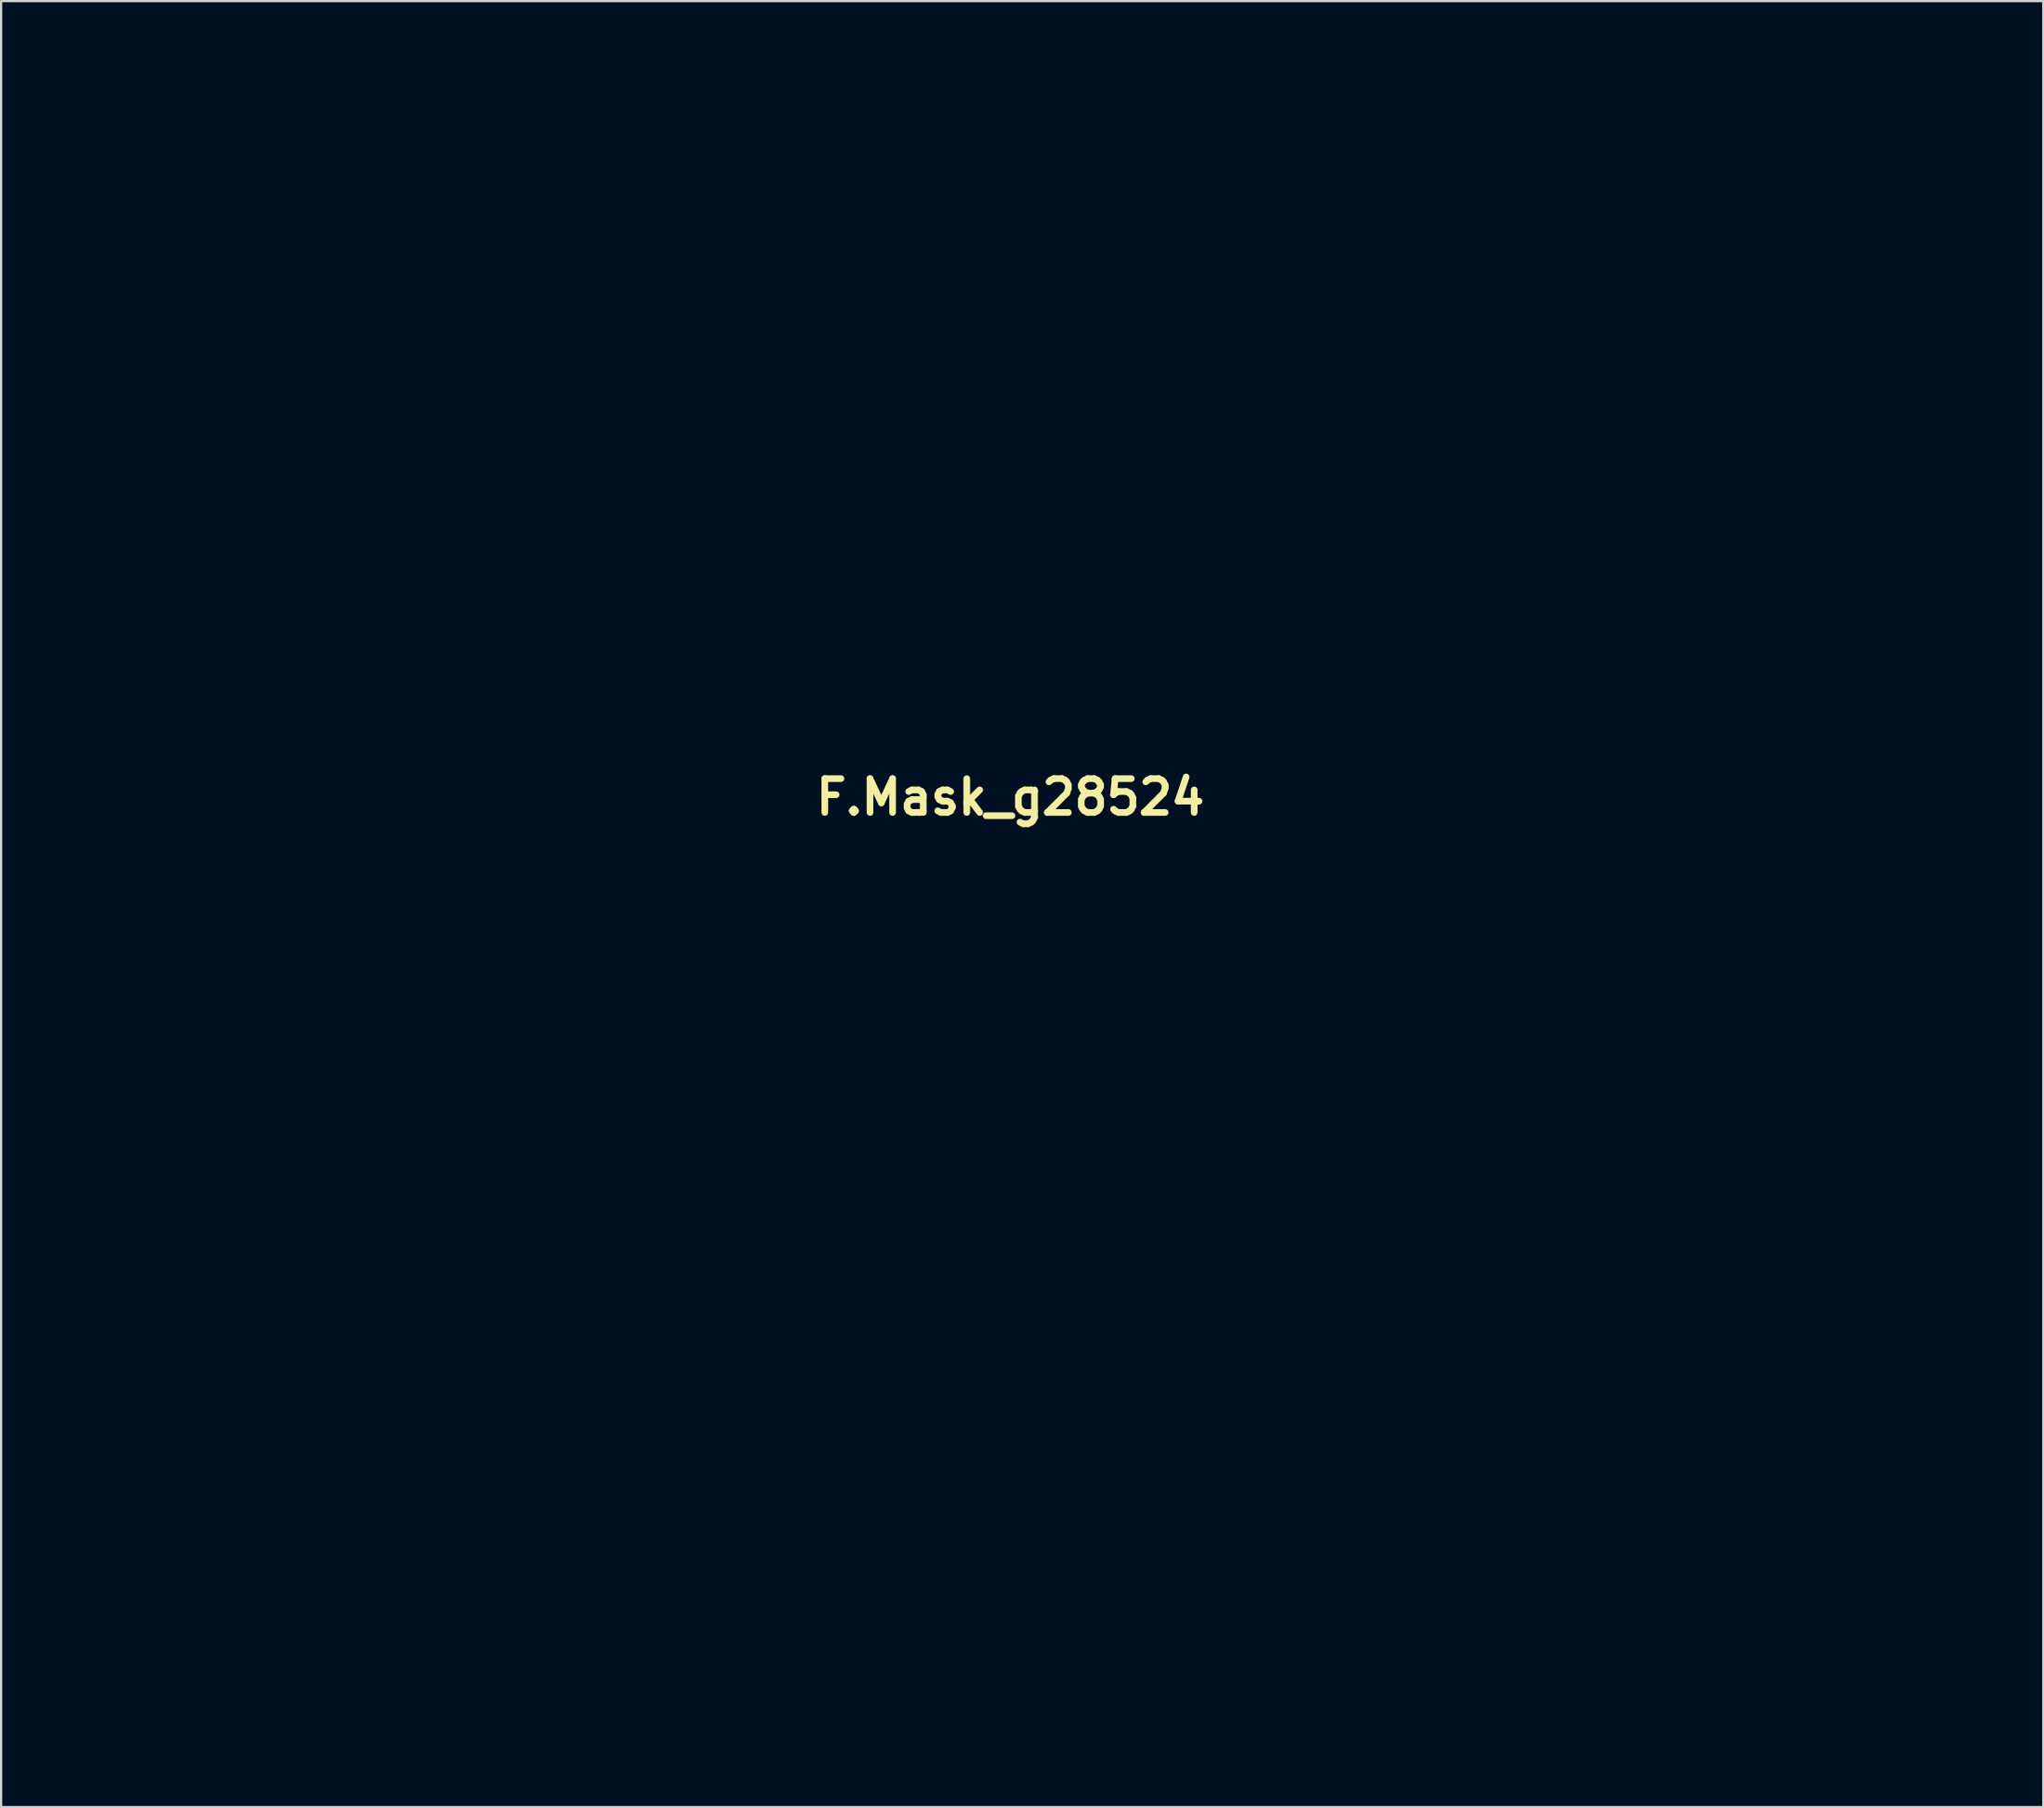
<source format=kicad_pcb>
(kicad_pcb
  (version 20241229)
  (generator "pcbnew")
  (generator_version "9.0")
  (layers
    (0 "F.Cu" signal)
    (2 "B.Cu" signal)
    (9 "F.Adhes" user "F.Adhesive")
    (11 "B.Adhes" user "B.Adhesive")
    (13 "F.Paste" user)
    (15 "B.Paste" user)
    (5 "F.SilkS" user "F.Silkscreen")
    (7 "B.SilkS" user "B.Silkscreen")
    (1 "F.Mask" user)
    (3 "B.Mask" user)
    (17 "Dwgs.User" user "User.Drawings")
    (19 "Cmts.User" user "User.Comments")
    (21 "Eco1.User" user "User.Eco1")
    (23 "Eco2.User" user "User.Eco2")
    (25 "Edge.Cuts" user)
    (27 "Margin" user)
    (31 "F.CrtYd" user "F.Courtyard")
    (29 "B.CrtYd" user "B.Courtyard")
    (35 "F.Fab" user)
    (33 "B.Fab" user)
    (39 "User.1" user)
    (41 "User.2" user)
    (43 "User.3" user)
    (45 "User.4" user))
  (footprint "F.Mask_g28524"
    (layer "F.Cu")
    (at 42.411 32.834)
    (property "Reference" "F.Mask_g28524" (at 0 0 0) (layer "F.SilkS") (effects (font (size 1.524 1.524) (thickness 0.3))))
    (attr through_hole)
    (fp_poly (pts (xy 40.063 12.781) (xy 40.375 12.859) (xy 40.673 12.976) (xy 40.89 13.092) (xy 41.205 13.301) (xy 41.485 13.535) (xy 41.73 13.794) (xy 41.942 14.078) (xy 42.121 14.387) (xy 42.266 14.723) (xy 42.303 14.828) (xy 42.376 15.066) (xy 42.434 15.303) (xy 42.477 15.548) (xy 42.509 15.811) (xy 42.53 16.1) (xy 42.538 16.32) (xy 42.539 16.75) (xy 42.517 17.198) (xy 42.473 17.667) (xy 42.405 18.158) (xy 42.313 18.676) (xy 42.198 19.22) (xy 42.058 19.796) (xy 41.955 20.182) (xy 41.871 20.481) (xy 41.792 20.747) (xy 41.714 20.988) (xy 41.634 21.214) (xy 41.549 21.432) (xy 41.456 21.652) (xy 41.351 21.881) (xy 41.231 22.129) (xy 41.221 22.151) (xy 40.989 22.599) (xy 40.728 23.063) (xy 40.444 23.535) (xy 40.14 24.007) (xy 39.824 24.472) (xy 39.499 24.92) (xy 39.172 25.344) (xy 38.988 25.569) (xy 38.857 25.725) (xy 38.706 25.9) (xy 38.538 26.093) (xy 38.354 26.302) (xy 38.156 26.524) (xy 37.946 26.757) (xy 37.726 27) (xy 37.498 27.251) (xy 37.263 27.507) (xy 37.024 27.767) (xy 36.783 28.028) (xy 36.54 28.289) (xy 36.299 28.548) (xy 36.061 28.802) (xy 35.827 29.05) (xy 35.6 29.29) (xy 35.382 29.519) (xy 35.174 29.736) (xy 34.979 29.939) (xy 34.797 30.125) (xy 34.632 30.293) (xy 34.484 30.441) (xy 34.357 30.566) (xy 34.25 30.667) (xy 34.168 30.742) (xy 34.11 30.788) (xy 34.089 30.802) (xy 33.999 30.823) (xy 33.947 30.818) (xy 33.907 30.81) (xy 33.873 30.797) (xy 33.839 30.775) (xy 33.8 30.739) (xy 33.75 30.684) (xy 33.685 30.605) (xy 33.602 30.501) (xy 33.421 30.267) (xy 33.221 30.001) (xy 33.007 29.705) (xy 32.78 29.384) (xy 32.544 29.042) (xy 32.301 28.682) (xy 32.265 28.628) (xy 32.046 28.293) (xy 31.854 27.986) (xy 31.686 27.7) (xy 31.542 27.432) (xy 31.419 27.178) (xy 31.316 26.931) (xy 31.232 26.688) (xy 31.164 26.444) (xy 31.111 26.194) (xy 31.071 25.934) (xy 31.043 25.659) (xy 31.024 25.365) (xy 31.017 25.157) (xy 31.014 24.987) (xy 31.014 24.783) (xy 31.016 24.553) (xy 31.021 24.305) (xy 31.028 24.046) (xy 31.037 23.785) (xy 31.048 23.529) (xy 31.06 23.287) (xy 31.073 23.067) (xy 31.074 23.05) (xy 31.103 22.707) (xy 31.141 22.392) (xy 31.192 22.093) (xy 31.257 21.798) (xy 31.338 21.494) (xy 31.371 21.384) (xy 31.589 20.719) (xy 31.836 20.066) (xy 32.109 19.427) (xy 32.407 18.805) (xy 32.729 18.202) (xy 33.074 17.62) (xy 33.44 17.059) (xy 33.825 16.523) (xy 34.228 16.013) (xy 34.647 15.532) (xy 35.082 15.081) (xy 35.53 14.661) (xy 35.991 14.276) (xy 36.462 13.927) (xy 36.942 13.615) (xy 37.43 13.344) (xy 37.458 13.329) (xy 37.877 13.134) (xy 38.279 12.977) (xy 38.666 12.859) (xy 39.038 12.781) (xy 39.394 12.742) (xy 39.736 12.742) (xy 40.063 12.781)) (stroke (width 0.01) (type solid)) (fill yes) (layer "F.Mask"))
    (fp_poly (pts (xy 39.836 -5.193) (xy 39.997 -5.185) (xy 40.138 -5.17) (xy 40.217 -5.156) (xy 40.532 -5.067) (xy 40.833 -4.938) (xy 41.116 -4.773) (xy 41.381 -4.571) (xy 41.624 -4.336) (xy 41.844 -4.067) (xy 41.995 -3.842) (xy 42.1 -3.65) (xy 42.204 -3.42) (xy 42.308 -3.153) (xy 42.411 -2.852) (xy 42.513 -2.52) (xy 42.612 -2.16) (xy 42.708 -1.775) (xy 42.801 -1.368) (xy 42.89 -0.942) (xy 42.975 -0.499) (xy 43.054 -0.042) (xy 43.128 0.425) (xy 43.195 0.9) (xy 43.256 1.38) (xy 43.309 1.862) (xy 43.354 2.343) (xy 43.391 2.821) (xy 43.412 3.175) (xy 43.426 3.438) (xy 43.438 3.662) (xy 43.448 3.851) (xy 43.456 4.009) (xy 43.462 4.139) (xy 43.467 4.245) (xy 43.471 4.331) (xy 43.474 4.4) (xy 43.475 4.455) (xy 43.476 4.501) (xy 43.476 4.541) (xy 43.476 4.542) (xy 43.476 4.692) (xy 42.889 5.156) (xy 42.417 5.528) (xy 41.976 5.875) (xy 41.565 6.198) (xy 41.182 6.499) (xy 40.825 6.779) (xy 40.492 7.039) (xy 40.181 7.281) (xy 39.891 7.506) (xy 39.621 7.716) (xy 39.367 7.912) (xy 39.129 8.094) (xy 38.905 8.265) (xy 38.693 8.427) (xy 38.491 8.579) (xy 38.298 8.724) (xy 38.185 8.809) (xy 37.788 9.102) (xy 37.422 9.367) (xy 37.086 9.606) (xy 36.779 9.818) (xy 36.5 10.004) (xy 36.248 10.166) (xy 36.023 10.302) (xy 35.822 10.415) (xy 35.646 10.504) (xy 35.494 10.57) (xy 35.456 10.584) (xy 35.338 10.624) (xy 35.189 10.668) (xy 35.021 10.714) (xy 34.846 10.758) (xy 34.675 10.799) (xy 34.52 10.832) (xy 34.438 10.847) (xy 34.323 10.863) (xy 34.18 10.876) (xy 34.021 10.885) (xy 33.857 10.891) (xy 33.699 10.892) (xy 33.557 10.889) (xy 33.443 10.882) (xy 33.414 10.878) (xy 33.086 10.814) (xy 32.78 10.714) (xy 32.493 10.578) (xy 32.222 10.405) (xy 31.966 10.192) (xy 31.827 10.053) (xy 31.598 9.783) (xy 31.394 9.479) (xy 31.217 9.145) (xy 31.066 8.782) (xy 30.943 8.391) (xy 30.848 7.975) (xy 30.816 7.785) (xy 30.797 7.627) (xy 30.782 7.438) (xy 30.772 7.226) (xy 30.767 7.004) (xy 30.766 6.78) (xy 30.771 6.566) (xy 30.781 6.371) (xy 30.794 6.223) (xy 30.856 5.707) (xy 30.922 5.227) (xy 30.994 4.778) (xy 31.072 4.353) (xy 31.158 3.947) (xy 31.253 3.555) (xy 31.359 3.169) (xy 31.476 2.785) (xy 31.57 2.5) (xy 31.764 1.971) (xy 31.985 1.445) (xy 32.228 0.93) (xy 32.49 0.433) (xy 32.766 -0.035) (xy 32.94 -0.303) (xy 33.221 -0.698) (xy 33.537 -1.102) (xy 33.885 -1.508) (xy 34.258 -1.914) (xy 34.653 -2.312) (xy 35.065 -2.699) (xy 35.489 -3.07) (xy 35.719 -3.259) (xy 36.102 -3.558) (xy 36.487 -3.838) (xy 36.869 -4.096) (xy 37.247 -4.331) (xy 37.616 -4.541) (xy 37.975 -4.726) (xy 38.319 -4.882) (xy 38.647 -5.01) (xy 38.956 -5.106) (xy 39.222 -5.167) (xy 39.346 -5.183) (xy 39.498 -5.193) (xy 39.666 -5.196) (xy 39.836 -5.193)) (stroke (width 0.01) (type solid)) (fill yes) (layer "F.Mask"))
    (fp_poly (pts (xy 28.734 -3.723) (xy 28.77 -3.68) (xy 28.795 -3.604) (xy 28.812 -3.51) (xy 28.818 -3.438) (xy 28.822 -3.329) (xy 28.825 -3.19) (xy 28.825 -3.025) (xy 28.824 -2.84) (xy 28.821 -2.642) (xy 28.817 -2.435) (xy 28.811 -2.226) (xy 28.803 -2.02) (xy 28.795 -1.823) (xy 28.785 -1.641) (xy 28.777 -1.513) (xy 28.734 -0.953) (xy 28.688 -0.429) (xy 28.637 0.062) (xy 28.58 0.526) (xy 28.517 0.968) (xy 28.446 1.392) (xy 28.367 1.805) (xy 28.278 2.209) (xy 28.179 2.612) (xy 28.069 3.018) (xy 27.946 3.431) (xy 27.81 3.857) (xy 27.663 4.292) (xy 27.477 4.806) (xy 27.271 5.33) (xy 27.049 5.858) (xy 26.815 6.381) (xy 26.572 6.893) (xy 26.324 7.385) (xy 26.073 7.85) (xy 25.833 8.266) (xy 25.575 8.681) (xy 25.294 9.102) (xy 24.995 9.525) (xy 24.68 9.947) (xy 24.353 10.363) (xy 24.016 10.772) (xy 23.673 11.168) (xy 23.326 11.549) (xy 22.979 11.911) (xy 22.635 12.251) (xy 22.297 12.565) (xy 21.968 12.85) (xy 21.651 13.101) (xy 21.445 13.251) (xy 21.156 13.435) (xy 20.857 13.592) (xy 20.555 13.719) (xy 20.258 13.812) (xy 20.066 13.854) (xy 19.976 13.866) (xy 19.852 13.876) (xy 19.7 13.885) (xy 19.53 13.891) (xy 19.347 13.896) (xy 19.16 13.899) (xy 18.977 13.899) (xy 18.805 13.897) (xy 18.652 13.893) (xy 18.526 13.885) (xy 18.521 13.885) (xy 18.321 13.867) (xy 18.157 13.847) (xy 18.02 13.823) (xy 17.903 13.794) (xy 17.8 13.757) (xy 17.702 13.71) (xy 17.603 13.651) (xy 17.561 13.624) (xy 17.338 13.45) (xy 17.131 13.239) (xy 16.942 12.991) (xy 16.772 12.709) (xy 16.62 12.394) (xy 16.489 12.046) (xy 16.377 11.668) (xy 16.286 11.26) (xy 16.217 10.825) (xy 16.202 10.7) (xy 16.171 10.321) (xy 16.157 9.912) (xy 16.16 9.483) (xy 16.18 9.042) (xy 16.216 8.598) (xy 16.268 8.159) (xy 16.334 7.734) (xy 16.415 7.332) (xy 16.448 7.195) (xy 16.518 6.927) (xy 16.597 6.66) (xy 16.688 6.389) (xy 16.791 6.11) (xy 16.909 5.817) (xy 17.045 5.504) (xy 17.199 5.166) (xy 17.375 4.798) (xy 17.376 4.794) (xy 17.738 4.089) (xy 18.119 3.419) (xy 18.521 2.785) (xy 18.947 2.184) (xy 19.396 1.615) (xy 19.871 1.075) (xy 20.373 0.564) (xy 20.904 0.079) (xy 21.465 -0.381) (xy 22.057 -0.817) (xy 22.682 -1.231) (xy 22.818 -1.316) (xy 23.064 -1.464) (xy 23.322 -1.614) (xy 23.584 -1.76) (xy 23.841 -1.898) (xy 24.086 -2.024) (xy 24.31 -2.134) (xy 24.464 -2.205) (xy 24.641 -2.282) (xy 24.843 -2.367) (xy 25.065 -2.458) (xy 25.304 -2.554) (xy 25.556 -2.654) (xy 25.819 -2.756) (xy 26.088 -2.86) (xy 26.36 -2.963) (xy 26.632 -3.066) (xy 26.901 -3.165) (xy 27.162 -3.261) (xy 27.413 -3.352) (xy 27.65 -3.436) (xy 27.87 -3.512) (xy 28.069 -3.58) (xy 28.243 -3.637) (xy 28.39 -3.683) (xy 28.506 -3.716) (xy 28.587 -3.735) (xy 28.609 -3.739) (xy 28.682 -3.741) (xy 28.734 -3.723)) (stroke (width 0.01) (type solid)) (fill yes) (layer "F.Mask"))
    (fp_poly (pts (xy 15.09 16.924) (xy 15.367 16.926) (xy 15.623 16.929) (xy 15.853 16.933) (xy 16.052 16.939) (xy 16.217 16.946) (xy 16.298 16.951) (xy 16.656 16.982) (xy 16.974 17.019) (xy 17.258 17.066) (xy 17.509 17.122) (xy 17.732 17.19) (xy 17.93 17.27) (xy 18.105 17.363) (xy 18.262 17.472) (xy 18.403 17.596) (xy 18.532 17.738) (xy 18.59 17.813) (xy 18.762 18.073) (xy 18.916 18.37) (xy 19.052 18.703) (xy 19.169 19.071) (xy 19.266 19.472) (xy 19.344 19.905) (xy 19.382 20.182) (xy 19.396 20.333) (xy 19.407 20.517) (xy 19.415 20.728) (xy 19.42 20.956) (xy 19.421 21.194) (xy 19.42 21.433) (xy 19.416 21.666) (xy 19.408 21.884) (xy 19.398 22.078) (xy 19.384 22.242) (xy 19.382 22.266) (xy 19.32 22.726) (xy 19.24 23.182) (xy 19.143 23.623) (xy 19.032 24.039) (xy 18.95 24.298) (xy 18.772 24.791) (xy 18.559 25.302) (xy 18.316 25.826) (xy 18.044 26.359) (xy 17.746 26.897) (xy 17.425 27.437) (xy 17.084 27.973) (xy 16.724 28.502) (xy 16.35 29.019) (xy 15.963 29.521) (xy 15.565 30.004) (xy 15.161 30.462) (xy 14.796 30.847) (xy 14.501 31.141) (xy 14.224 31.402) (xy 13.96 31.635) (xy 13.706 31.841) (xy 13.455 32.026) (xy 13.204 32.192) (xy 12.949 32.343) (xy 12.684 32.483) (xy 12.647 32.501) (xy 12.218 32.695) (xy 11.793 32.85) (xy 11.362 32.972) (xy 10.916 33.062) (xy 10.696 33.094) (xy 10.563 33.107) (xy 10.401 33.117) (xy 10.222 33.122) (xy 10.035 33.123) (xy 9.85 33.121) (xy 9.679 33.115) (xy 9.531 33.104) (xy 9.43 33.092) (xy 9.161 33.04) (xy 8.924 32.969) (xy 8.714 32.876) (xy 8.524 32.758) (xy 8.347 32.611) (xy 8.247 32.511) (xy 8.054 32.278) (xy 7.881 32.008) (xy 7.727 31.7) (xy 7.593 31.354) (xy 7.477 30.971) (xy 7.382 30.55) (xy 7.305 30.091) (xy 7.248 29.595) (xy 7.216 29.178) (xy 7.204 28.894) (xy 7.2 28.608) (xy 7.207 28.321) (xy 7.223 28.028) (xy 7.25 27.73) (xy 7.288 27.422) (xy 7.338 27.105) (xy 7.4 26.774) (xy 7.475 26.43) (xy 7.563 26.068) (xy 7.665 25.688) (xy 7.78 25.288) (xy 7.911 24.865) (xy 8.057 24.417) (xy 8.218 23.943) (xy 8.396 23.44) (xy 8.59 22.907) (xy 8.802 22.341) (xy 9.031 21.741) (xy 9.205 21.292) (xy 9.257 21.158) (xy 9.32 20.999) (xy 9.392 20.817) (xy 9.471 20.615) (xy 9.557 20.397) (xy 9.649 20.165) (xy 9.744 19.923) (xy 9.843 19.673) (xy 9.944 19.419) (xy 10.045 19.164) (xy 10.145 18.911) (xy 10.244 18.662) (xy 10.339 18.422) (xy 10.43 18.192) (xy 10.516 17.976) (xy 10.595 17.778) (xy 10.666 17.599) (xy 10.728 17.444) (xy 10.78 17.315) (xy 10.82 17.215) (xy 10.848 17.147) (xy 10.861 17.115) (xy 10.863 17.113) (xy 10.888 17.105) (xy 10.947 17.092) (xy 11.033 17.077) (xy 11.137 17.06) (xy 11.251 17.043) (xy 11.367 17.027) (xy 11.478 17.013) (xy 11.575 17.001) (xy 11.61 16.998) (xy 11.752 16.987) (xy 11.931 16.977) (xy 12.143 16.968) (xy 12.384 16.959) (xy 12.649 16.951) (xy 12.934 16.945) (xy 13.233 16.939) (xy 13.543 16.934) (xy 13.859 16.93) (xy 14.176 16.927) (xy 14.49 16.925) (xy 14.796 16.924) (xy 15.09 16.924)) (stroke (width 0.01) (type solid)) (fill yes) (layer "F.Mask"))
    (fp_poly (pts (xy -23.427 -32.816) (xy -23.399 -32.794) (xy -23.384 -32.774) (xy -23.375 -32.746) (xy -23.37 -32.701) (xy -23.371 -32.631) (xy -23.375 -32.53) (xy -23.377 -32.492) (xy -23.392 -32.261) (xy -23.412 -31.993) (xy -23.437 -31.693) (xy -23.466 -31.367) (xy -23.499 -31.018) (xy -23.536 -30.652) (xy -23.576 -30.273) (xy -23.617 -29.887) (xy -23.661 -29.498) (xy -23.706 -29.111) (xy -23.751 -28.731) (xy -23.797 -28.363) (xy -23.841 -28.012) (xy -23.885 -27.682) (xy -23.928 -27.379) (xy -23.968 -27.107) (xy -24.006 -26.872) (xy -24.015 -26.821) (xy -24.136 -26.188) (xy -24.279 -25.586) (xy -24.446 -25.005) (xy -24.639 -24.437) (xy -24.862 -23.874) (xy -25.117 -23.309) (xy -25.324 -22.892) (xy -25.527 -22.507) (xy -25.74 -22.125) (xy -25.962 -21.747) (xy -26.189 -21.376) (xy -26.421 -21.016) (xy -26.654 -20.669) (xy -26.888 -20.337) (xy -27.119 -20.025) (xy -27.346 -19.733) (xy -27.567 -19.466) (xy -27.78 -19.227) (xy -27.982 -19.017) (xy -28.172 -18.839) (xy -28.348 -18.697) (xy -28.381 -18.674) (xy -28.515 -18.589) (xy -28.632 -18.535) (xy -28.742 -18.508) (xy -28.854 -18.507) (xy -28.872 -18.509) (xy -28.952 -18.513) (xy -29.024 -18.505) (xy -29.093 -18.481) (xy -29.164 -18.437) (xy -29.241 -18.372) (xy -29.33 -18.28) (xy -29.433 -18.16) (xy -29.531 -18.039) (xy -29.6 -17.955) (xy -29.661 -17.883) (xy -29.709 -17.831) (xy -29.737 -17.804) (xy -29.742 -17.801) (xy -29.767 -17.81) (xy -29.823 -17.834) (xy -29.906 -17.871) (xy -30.008 -17.919) (xy -30.124 -17.973) (xy -30.148 -17.984) (xy -30.299 -18.055) (xy -30.419 -18.108) (xy -30.513 -18.144) (xy -30.585 -18.167) (xy -30.64 -18.177) (xy -30.644 -18.177) (xy -30.755 -18.187) (xy -30.909 -18.031) (xy -31.005 -17.928) (xy -31.099 -17.811) (xy -31.197 -17.675) (xy -31.3 -17.515) (xy -31.414 -17.326) (xy -31.517 -17.146) (xy -31.584 -17.027) (xy -31.651 -16.911) (xy -31.712 -16.808) (xy -31.762 -16.727) (xy -31.792 -16.681) (xy -31.914 -16.526) (xy -32.044 -16.41) (xy -32.19 -16.328) (xy -32.356 -16.275) (xy -32.455 -16.257) (xy -32.542 -16.249) (xy -32.661 -16.243) (xy -32.801 -16.24) (xy -32.953 -16.238) (xy -33.107 -16.239) (xy -33.251 -16.242) (xy -33.376 -16.248) (xy -33.472 -16.255) (xy -33.475 -16.256) (xy -33.67 -16.292) (xy -33.838 -16.355) (xy -33.987 -16.449) (xy -34.126 -16.579) (xy -34.188 -16.652) (xy -34.386 -16.923) (xy -34.557 -17.218) (xy -34.704 -17.539) (xy -34.826 -17.89) (xy -34.926 -18.273) (xy -34.986 -18.584) (xy -35.006 -18.707) (xy -35.023 -18.834) (xy -35.039 -18.97) (xy -35.053 -19.121) (xy -35.066 -19.293) (xy -35.079 -19.49) (xy -35.092 -19.719) (xy -35.104 -19.957) (xy -35.135 -20.578) (xy -34.643 -21.322) (xy -34.361 -21.743) (xy -34.089 -22.142) (xy -33.819 -22.526) (xy -33.548 -22.902) (xy -33.27 -23.276) (xy -32.98 -23.656) (xy -32.673 -24.049) (xy -32.344 -24.462) (xy -32.185 -24.659) (xy -31.768 -25.166) (xy -31.337 -25.675) (xy -30.897 -26.184) (xy -30.449 -26.688) (xy -29.997 -27.185) (xy -29.545 -27.67) (xy -29.096 -28.141) (xy -28.654 -28.593) (xy -28.221 -29.023) (xy -27.8 -29.429) (xy -27.396 -29.805) (xy -27.019 -30.142) (xy -26.768 -30.36) (xy -26.511 -30.579) (xy -26.25 -30.797) (xy -25.988 -31.013) (xy -25.726 -31.225) (xy -25.468 -31.431) (xy -25.215 -31.63) (xy -24.97 -31.82) (xy -24.735 -31.999) (xy -24.512 -32.165) (xy -24.304 -32.316) (xy -24.113 -32.452) (xy -23.941 -32.569) (xy -23.791 -32.667) (xy -23.664 -32.743) (xy -23.564 -32.797) (xy -23.493 -32.825) (xy -23.465 -32.83) (xy -23.427 -32.816)) (stroke (width 0.01) (type solid)) (fill yes) (layer "F.Mask"))
    (fp_poly (pts (xy 25.591 26.085) (xy 25.795 26.087) (xy 25.988 26.092) (xy 26.163 26.098) (xy 26.313 26.106) (xy 26.432 26.116) (xy 26.469 26.121) (xy 26.701 26.17) (xy 26.919 26.255) (xy 27.126 26.377) (xy 27.327 26.538) (xy 27.443 26.653) (xy 27.643 26.888) (xy 27.829 27.16) (xy 28 27.467) (xy 28.154 27.804) (xy 28.29 28.169) (xy 28.405 28.559) (xy 28.446 28.723) (xy 28.489 28.909) (xy 28.522 29.074) (xy 28.546 29.227) (xy 28.564 29.379) (xy 28.575 29.539) (xy 28.582 29.718) (xy 28.584 29.926) (xy 28.584 30.014) (xy 28.573 30.446) (xy 28.541 30.876) (xy 28.486 31.312) (xy 28.408 31.76) (xy 28.306 32.226) (xy 28.178 32.717) (xy 28.14 32.851) (xy 27.927 33.532) (xy 27.684 34.21) (xy 27.411 34.88) (xy 27.113 35.538) (xy 26.789 36.179) (xy 26.444 36.799) (xy 26.079 37.393) (xy 25.697 37.957) (xy 25.299 38.487) (xy 25.115 38.714) (xy 24.929 38.933) (xy 24.723 39.165) (xy 24.503 39.406) (xy 24.273 39.649) (xy 24.041 39.89) (xy 23.811 40.121) (xy 23.588 40.338) (xy 23.38 40.534) (xy 23.19 40.704) (xy 23.156 40.733) (xy 22.718 41.09) (xy 22.284 41.406) (xy 21.853 41.68) (xy 21.427 41.914) (xy 21.006 42.107) (xy 20.589 42.258) (xy 20.178 42.367) (xy 19.772 42.435) (xy 19.744 42.438) (xy 19.638 42.446) (xy 19.505 42.452) (xy 19.354 42.456) (xy 19.195 42.457) (xy 19.039 42.456) (xy 18.895 42.452) (xy 18.773 42.446) (xy 18.683 42.438) (xy 18.68 42.437) (xy 18.484 42.396) (xy 18.269 42.325) (xy 18.041 42.229) (xy 17.943 42.181) (xy 17.824 42.118) (xy 17.673 42.033) (xy 17.495 41.93) (xy 17.294 41.811) (xy 17.072 41.678) (xy 16.835 41.533) (xy 16.586 41.379) (xy 16.329 41.219) (xy 16.069 41.053) (xy 16.002 41.011) (xy 15.689 40.811) (xy 15.397 40.625) (xy 15.128 40.454) (xy 14.884 40.299) (xy 14.666 40.162) (xy 14.477 40.043) (xy 14.318 39.944) (xy 14.19 39.865) (xy 14.097 39.808) (xy 14.092 39.806) (xy 13.887 39.683) (xy 13.921 39.616) (xy 13.94 39.579) (xy 13.979 39.506) (xy 14.034 39.402) (xy 14.104 39.27) (xy 14.189 39.112) (xy 14.285 38.931) (xy 14.393 38.73) (xy 14.509 38.511) (xy 14.633 38.279) (xy 14.763 38.036) (xy 14.898 37.783) (xy 15.036 37.526) (xy 15.175 37.266) (xy 15.314 37.006) (xy 15.452 36.749) (xy 15.586 36.498) (xy 15.715 36.257) (xy 15.839 36.027) (xy 15.954 35.811) (xy 15.987 35.751) (xy 16.293 35.18) (xy 16.582 34.645) (xy 16.853 34.145) (xy 17.109 33.677) (xy 17.349 33.24) (xy 17.575 32.833) (xy 17.789 32.453) (xy 17.99 32.1) (xy 18.181 31.77) (xy 18.362 31.463) (xy 18.534 31.178) (xy 18.699 30.911) (xy 18.858 30.662) (xy 19.01 30.429) (xy 19.159 30.211) (xy 19.304 30.005) (xy 19.447 29.81) (xy 19.588 29.624) (xy 19.73 29.446) (xy 19.872 29.274) (xy 20.016 29.106) (xy 20.164 28.94) (xy 20.315 28.776) (xy 20.471 28.611) (xy 20.626 28.451) (xy 20.927 28.151) (xy 21.21 27.883) (xy 21.481 27.642) (xy 21.747 27.424) (xy 22.013 27.225) (xy 22.283 27.041) (xy 22.565 26.867) (xy 22.863 26.7) (xy 23.125 26.563) (xy 23.343 26.455) (xy 23.533 26.365) (xy 23.702 26.293) (xy 23.857 26.236) (xy 24.007 26.192) (xy 24.158 26.158) (xy 24.319 26.134) (xy 24.497 26.116) (xy 24.701 26.102) (xy 24.818 26.096) (xy 24.991 26.09) (xy 25.182 26.086) (xy 25.385 26.084) (xy 25.591 26.085)) (stroke (width 0.01) (type solid)) (fill yes) (layer "F.Mask"))
    (fp_poly (pts (xy -34.459 -12.569) (xy -34.361 -12.568) (xy -34.296 -12.566) (xy -34.269 -12.563) (xy -34.269 -12.562) (xy -34.279 -12.534) (xy -34.308 -12.471) (xy -34.354 -12.379) (xy -34.415 -12.259) (xy -34.49 -12.115) (xy -34.577 -11.951) (xy -34.674 -11.769) (xy -34.779 -11.573) (xy -34.892 -11.366) (xy -35.009 -11.151) (xy -35.129 -10.932) (xy -35.251 -10.711) (xy -35.311 -10.604) (xy -35.432 -10.387) (xy -35.559 -10.159) (xy -35.688 -9.927) (xy -35.816 -9.697) (xy -35.939 -9.477) (xy -36.053 -9.274) (xy -36.153 -9.094) (xy -36.231 -8.954) (xy -36.455 -8.551) (xy -36.658 -8.182) (xy -36.839 -7.848) (xy -37.001 -7.546) (xy -37.144 -7.275) (xy -37.267 -7.035) (xy -37.372 -6.822) (xy -37.46 -6.638) (xy -37.53 -6.479) (xy -37.585 -6.345) (xy -37.623 -6.235) (xy -37.647 -6.148) (xy -37.655 -6.081) (xy -37.656 -6.074) (xy -37.649 -6.02) (xy -37.626 -5.965) (xy -37.584 -5.904) (xy -37.518 -5.831) (xy -37.424 -5.743) (xy -37.332 -5.662) (xy -37.192 -5.537) (xy -37.083 -5.433) (xy -37.005 -5.345) (xy -36.954 -5.27) (xy -36.927 -5.205) (xy -36.922 -5.146) (xy -36.925 -5.123) (xy -36.945 -5.078) (xy -36.984 -5.016) (xy -37.03 -4.955) (xy -37.108 -4.839) (xy -37.151 -4.723) (xy -37.157 -4.607) (xy -37.126 -4.489) (xy -37.057 -4.366) (xy -36.95 -4.239) (xy -36.804 -4.104) (xy -36.617 -3.962) (xy -36.513 -3.889) (xy -36.317 -3.755) (xy -36.156 -3.64) (xy -36.027 -3.542) (xy -35.929 -3.458) (xy -35.859 -3.388) (xy -35.815 -3.328) (xy -35.795 -3.278) (xy -35.793 -3.259) (xy -35.803 -3.227) (xy -35.831 -3.161) (xy -35.875 -3.066) (xy -35.933 -2.945) (xy -36.004 -2.802) (xy -36.085 -2.641) (xy -36.175 -2.466) (xy -36.271 -2.28) (xy -36.372 -2.088) (xy -36.476 -1.893) (xy -36.58 -1.699) (xy -36.682 -1.511) (xy -36.692 -1.492) (xy -36.772 -1.346) (xy -36.847 -1.208) (xy -36.915 -1.083) (xy -36.971 -0.977) (xy -37.014 -0.896) (xy -37.04 -0.845) (xy -37.044 -0.835) (xy -37.072 -0.777) (xy -37.113 -0.697) (xy -37.161 -0.607) (xy -37.181 -0.57) (xy -37.299 -0.355) (xy -37.422 -0.129) (xy -37.545 0.103) (xy -37.666 0.335) (xy -37.783 0.561) (xy -37.892 0.775) (xy -37.991 0.973) (xy -38.077 1.149) (xy -38.147 1.297) (xy -38.181 1.373) (xy -38.255 1.499) (xy -38.366 1.633) (xy -38.511 1.772) (xy -38.685 1.915) (xy -38.887 2.058) (xy -39.111 2.2) (xy -39.354 2.339) (xy -39.613 2.472) (xy -39.883 2.597) (xy -40.161 2.712) (xy -40.444 2.814) (xy -40.682 2.889) (xy -40.898 2.947) (xy -41.113 2.998) (xy -41.321 3.04) (xy -41.519 3.073) (xy -41.7 3.095) (xy -41.859 3.106) (xy -41.991 3.107) (xy -42.092 3.095) (xy -42.134 3.081) (xy -42.2 3.042) (xy -42.253 2.982) (xy -42.297 2.897) (xy -42.333 2.783) (xy -42.363 2.635) (xy -42.38 2.519) (xy -42.386 2.453) (xy -42.391 2.349) (xy -42.396 2.212) (xy -42.399 2.048) (xy -42.402 1.86) (xy -42.404 1.653) (xy -42.405 1.433) (xy -42.406 1.204) (xy -42.406 0.97) (xy -42.405 0.737) (xy -42.403 0.51) (xy -42.401 0.292) (xy -42.398 0.089) (xy -42.394 -0.094) (xy -42.39 -0.253) (xy -42.384 -0.383) (xy -42.38 -0.455) (xy -42.361 -0.727) (xy -42.34 -0.997) (xy -42.318 -1.258) (xy -42.296 -1.506) (xy -42.275 -1.733) (xy -42.255 -1.933) (xy -42.236 -2.099) (xy -42.229 -2.16) (xy -42.175 -2.543) (xy -42.106 -2.962) (xy -42.024 -3.411) (xy -41.93 -3.889) (xy -41.824 -4.389) (xy -41.708 -4.908) (xy -41.583 -5.442) (xy -41.45 -5.986) (xy -41.309 -6.538) (xy -41.162 -7.092) (xy -41.01 -7.644) (xy -40.854 -8.191) (xy -40.694 -8.728) (xy -40.532 -9.251) (xy -40.369 -9.757) (xy -40.295 -9.98) (xy -40.229 -10.176) (xy -40.159 -10.383) (xy -40.086 -10.597) (xy -40.012 -10.814) (xy -39.937 -11.03) (xy -39.864 -11.243) (xy -39.793 -11.447) (xy -39.727 -11.64) (xy -39.665 -11.817) (xy -39.609 -11.975) (xy -39.562 -12.11) (xy -39.523 -12.218) (xy -39.495 -12.296) (xy -39.478 -12.34) (xy -39.474 -12.348) (xy -39.448 -12.355) (xy -39.383 -12.365) (xy -39.284 -12.376) (xy -39.154 -12.388) (xy -38.996 -12.401) (xy -38.816 -12.414) (xy -38.616 -12.429) (xy -38.401 -12.443) (xy -38.173 -12.457) (xy -37.938 -12.471) (xy -37.699 -12.485) (xy -37.459 -12.497) (xy -37.223 -12.509) (xy -36.994 -12.519) (xy -36.777 -12.528) (xy -36.735 -12.53) (xy -36.558 -12.536) (xy -36.366 -12.541) (xy -36.161 -12.546) (xy -35.948 -12.551) (xy -35.732 -12.556) (xy -35.516 -12.56) (xy -35.304 -12.563) (xy -35.101 -12.566) (xy -34.911 -12.568) (xy -34.738 -12.569) (xy -34.586 -12.569) (xy -34.459 -12.569)) (stroke (width 0.01) (type solid)) (fill yes) (layer "F.Mask")))
  (gr_rect
    (start -3 -3)
    (end 88.892 78.297)
    (stroke (width 0.1) (type default))
    (fill no)
    (layer "Edge.Cuts")))
</source>
